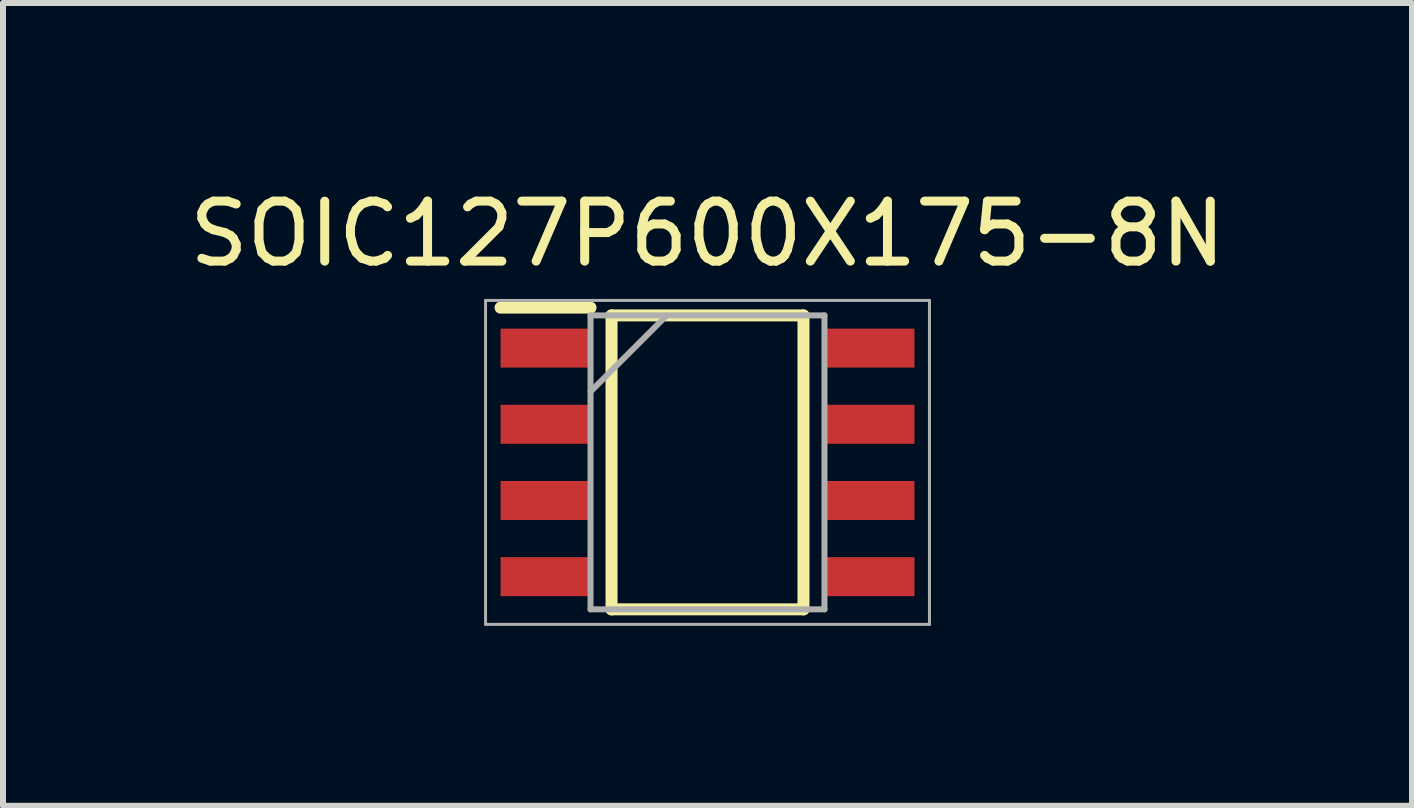
<source format=kicad_pcb>
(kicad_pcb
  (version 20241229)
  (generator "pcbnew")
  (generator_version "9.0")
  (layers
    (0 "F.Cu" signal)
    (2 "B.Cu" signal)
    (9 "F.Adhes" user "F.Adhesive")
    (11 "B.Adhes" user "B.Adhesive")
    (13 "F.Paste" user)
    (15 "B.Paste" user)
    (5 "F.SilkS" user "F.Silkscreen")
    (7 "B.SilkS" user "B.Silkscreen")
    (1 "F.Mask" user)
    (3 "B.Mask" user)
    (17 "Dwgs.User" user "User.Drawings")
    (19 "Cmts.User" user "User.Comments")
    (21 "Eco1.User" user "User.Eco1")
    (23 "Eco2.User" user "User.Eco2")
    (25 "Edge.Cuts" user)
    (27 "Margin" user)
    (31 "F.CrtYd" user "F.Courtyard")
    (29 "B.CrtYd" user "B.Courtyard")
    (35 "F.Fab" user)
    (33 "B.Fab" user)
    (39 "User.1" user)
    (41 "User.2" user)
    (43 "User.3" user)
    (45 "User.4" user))
  (footprint "SOIC127P600X175-8N"
    (layer "F.Cu")
    (at 8.744 4.658)
    (property "Reference" "SOIC127P600X175-8N" (at 0 -3.81 0) (layer "F.SilkS") (effects (font (size 1 1) (thickness 0.15))))
    (attr through_hole)
    (fp_line (start -3.45 -2.58) (end -1.95 -2.58) (stroke (width 0.2) (type solid)) (layer "F.SilkS"))
    (fp_line (start -1.6 -2.45) (end 1.6 -2.45) (stroke (width 0.2) (type solid)) (layer "F.SilkS"))
    (fp_line (start -1.6 2.45) (end -1.6 -2.45) (stroke (width 0.2) (type solid)) (layer "F.SilkS"))
    (fp_line (start 1.6 -2.45) (end 1.6 2.45) (stroke (width 0.2) (type solid)) (layer "F.SilkS"))
    (fp_line (start 1.6 2.45) (end -1.6 2.45) (stroke (width 0.2) (type solid)) (layer "F.SilkS"))
    (fp_line (start -3.7 -2.7) (end 3.7 -2.7) (stroke (width 0.05) (type solid)) (layer "F.Fab"))
    (fp_line (start -3.7 2.7) (end -3.7 -2.7) (stroke (width 0.05) (type solid)) (layer "F.Fab"))
    (fp_line (start -1.95 -2.45) (end 1.95 -2.45) (stroke (width 0.1) (type solid)) (layer "F.Fab"))
    (fp_line (start -1.95 -1.18) (end -0.68 -2.45) (stroke (width 0.1) (type solid)) (layer "F.Fab"))
    (fp_line (start -1.95 2.45) (end -1.95 -2.45) (stroke (width 0.1) (type solid)) (layer "F.Fab"))
    (fp_line (start 1.95 -2.45) (end 1.95 2.45) (stroke (width 0.1) (type solid)) (layer "F.Fab"))
    (fp_line (start 1.95 2.45) (end -1.95 2.45) (stroke (width 0.1) (type solid)) (layer "F.Fab"))
    (fp_line (start 3.7 -2.7) (end 3.7 2.7) (stroke (width 0.05) (type solid)) (layer "F.Fab"))
    (fp_line (start 3.7 2.7) (end -3.7 2.7) (stroke (width 0.05) (type solid)) (layer "F.Fab"))
    (pad "1" smd rect (at -2.7 -1.905) (size 1.5 0.65) (layers "F.Cu" "F.Mask" "F.Paste"))
    (pad "2" smd rect (at -2.7 -0.635) (size 1.5 0.65) (layers "F.Cu" "F.Mask" "F.Paste"))
    (pad "3" smd rect (at -2.7 0.635) (size 1.5 0.65) (layers "F.Cu" "F.Mask" "F.Paste"))
    (pad "4" smd rect (at -2.7 1.905) (size 1.5 0.65) (layers "F.Cu" "F.Mask" "F.Paste"))
    (pad "5" smd rect (at 2.7 1.905) (size 1.5 0.65) (layers "F.Cu" "F.Mask" "F.Paste"))
    (pad "6" smd rect (at 2.7 0.635) (size 1.5 0.65) (layers "F.Cu" "F.Mask" "F.Paste"))
    (pad "7" smd rect (at 2.7 -0.635) (size 1.5 0.65) (layers "F.Cu" "F.Mask" "F.Paste"))
    (pad "8" smd rect (at 2.7 -1.905) (size 1.5 0.65) (layers "F.Cu" "F.Mask" "F.Paste")))
  (gr_rect
    (start -3 -3)
    (end 20.488 10.383)
    (stroke (width 0.1) (type default))
    (fill no)
    (layer "Edge.Cuts")))
</source>
